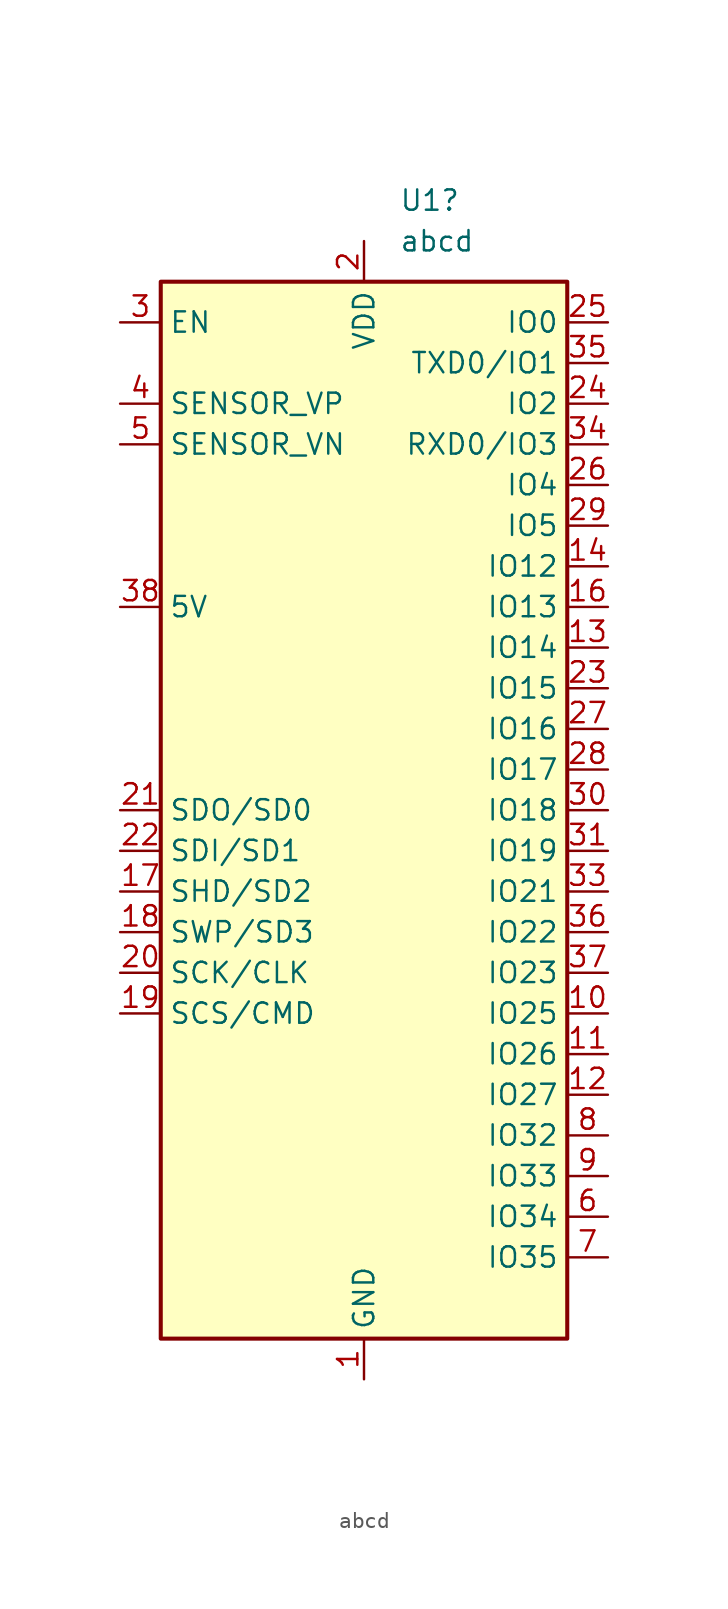
<source format=kicad_sym>
(kicad_symbol_lib
  (version 20231120)
  (generator "kicad_symbol_editor")
  (generator_version "8.0")
  (symbol "abcd"
    (property "Reference" "U1"
      (at 2.194 38.1 0)
      (effects (font (size 1.27 1.27)) (justify left)))
    (property "Value" "abcd"
      (at 2.194 35.56 0)
      (effects (font (size 1.27 1.27)) (justify left)))
    (symbol "abcd_0_1"
      (rectangle (start -12.7 33.02) (end 12.7 -33.02) (stroke (width 0.254) (type default)) (fill (type background))))
    (symbol "abcd_1_1"
      (pin power_in line (at 0 -35.56 90) (length 2.54) (name "GND" (effects (font (size 1.27 1.27)))) (number "1" (effects (font (size 1.27 1.27)))))
      (pin bidirectional line (at 15.24 -12.7 180) (length 2.54) (name "IO25" (effects (font (size 1.27 1.27)))) (number "10" (effects (font (size 1.27 1.27)))))
      (pin bidirectional line (at 15.24 -15.24 180) (length 2.54) (name "IO26" (effects (font (size 1.27 1.27)))) (number "11" (effects (font (size 1.27 1.27)))))
      (pin bidirectional line (at 15.24 -17.78 180) (length 2.54) (name "IO27" (effects (font (size 1.27 1.27)))) (number "12" (effects (font (size 1.27 1.27)))))
      (pin bidirectional line (at 15.24 10.16 180) (length 2.54) (name "IO14" (effects (font (size 1.27 1.27)))) (number "13" (effects (font (size 1.27 1.27)))))
      (pin bidirectional line (at 15.24 15.24 180) (length 2.54) (name "IO12" (effects (font (size 1.27 1.27)))) (number "14" (effects (font (size 1.27 1.27)))))
      (pin passive line (at 0 -35.56 90) (length 2.54) hide (name "GND" (effects (font (size 1.27 1.27)))) (number "15" (effects (font (size 1.27 1.27)))))
      (pin bidirectional line (at 15.24 12.7 180) (length 2.54) (name "IO13" (effects (font (size 1.27 1.27)))) (number "16" (effects (font (size 1.27 1.27)))))
      (pin bidirectional line (at -15.24 -5.08 0) (length 2.54) (name "SHD/SD2" (effects (font (size 1.27 1.27)))) (number "17" (effects (font (size 1.27 1.27)))))
      (pin bidirectional line (at -15.24 -7.62 0) (length 2.54) (name "SWP/SD3" (effects (font (size 1.27 1.27)))) (number "18" (effects (font (size 1.27 1.27)))))
      (pin bidirectional line (at -15.24 -12.7 0) (length 2.54) (name "SCS/CMD" (effects (font (size 1.27 1.27)))) (number "19" (effects (font (size 1.27 1.27)))))
      (pin power_in line (at 0 35.56 270) (length 2.54) (name "VDD" (effects (font (size 1.27 1.27)))) (number "2" (effects (font (size 1.27 1.27)))))
      (pin bidirectional line (at -15.24 -10.16 0) (length 2.54) (name "SCK/CLK" (effects (font (size 1.27 1.27)))) (number "20" (effects (font (size 1.27 1.27)))))
      (pin bidirectional line (at -15.24 0 0) (length 2.54) (name "SDO/SD0" (effects (font (size 1.27 1.27)))) (number "21" (effects (font (size 1.27 1.27)))))
      (pin bidirectional line (at -15.24 -2.54 0) (length 2.54) (name "SDI/SD1" (effects (font (size 1.27 1.27)))) (number "22" (effects (font (size 1.27 1.27)))))
      (pin bidirectional line (at 15.24 7.62 180) (length 2.54) (name "IO15" (effects (font (size 1.27 1.27)))) (number "23" (effects (font (size 1.27 1.27)))))
      (pin bidirectional line (at 15.24 25.4 180) (length 2.54) (name "IO2" (effects (font (size 1.27 1.27)))) (number "24" (effects (font (size 1.27 1.27)))))
      (pin bidirectional line (at 15.24 30.48 180) (length 2.54) (name "IO0" (effects (font (size 1.27 1.27)))) (number "25" (effects (font (size 1.27 1.27)))))
      (pin bidirectional line (at 15.24 20.32 180) (length 2.54) (name "IO4" (effects (font (size 1.27 1.27)))) (number "26" (effects (font (size 1.27 1.27)))))
      (pin bidirectional line (at 15.24 5.08 180) (length 2.54) (name "IO16" (effects (font (size 1.27 1.27)))) (number "27" (effects (font (size 1.27 1.27)))))
      (pin bidirectional line (at 15.24 2.54 180) (length 2.54) (name "IO17" (effects (font (size 1.27 1.27)))) (number "28" (effects (font (size 1.27 1.27)))))
      (pin bidirectional line (at 15.24 17.78 180) (length 2.54) (name "IO5" (effects (font (size 1.27 1.27)))) (number "29" (effects (font (size 1.27 1.27)))))
      (pin input line (at -15.24 30.48 0) (length 2.54) (name "EN" (effects (font (size 1.27 1.27)))) (number "3" (effects (font (size 1.27 1.27)))))
      (pin bidirectional line (at 15.24 0 180) (length 2.54) (name "IO18" (effects (font (size 1.27 1.27)))) (number "30" (effects (font (size 1.27 1.27)))))
      (pin bidirectional line (at 15.24 -2.54 180) (length 2.54) (name "IO19" (effects (font (size 1.27 1.27)))) (number "31" (effects (font (size 1.27 1.27)))))
      (pin no_connect line (at -12.7 -27.94 0) (length 2.54) hide (name "NC" (effects (font (size 1.27 1.27)))) (number "32" (effects (font (size 1.27 1.27)))))
      (pin bidirectional line (at 15.24 -5.08 180) (length 2.54) (name "IO21" (effects (font (size 1.27 1.27)))) (number "33" (effects (font (size 1.27 1.27)))))
      (pin bidirectional line (at 15.24 22.86 180) (length 2.54) (name "RXD0/IO3" (effects (font (size 1.27 1.27)))) (number "34" (effects (font (size 1.27 1.27)))))
      (pin bidirectional line (at 15.24 27.94 180) (length 2.54) (name "TXD0/IO1" (effects (font (size 1.27 1.27)))) (number "35" (effects (font (size 1.27 1.27)))))
      (pin bidirectional line (at 15.24 -7.62 180) (length 2.54) (name "IO22" (effects (font (size 1.27 1.27)))) (number "36" (effects (font (size 1.27 1.27)))))
      (pin bidirectional line (at 15.24 -10.16 180) (length 2.54) (name "IO23" (effects (font (size 1.27 1.27)))) (number "37" (effects (font (size 1.27 1.27)))))
      (pin power_in line (at -15.24 12.7 0) (length 2.54) (name "5V" (effects (font (size 1.27 1.27)))) (number "38" (effects (font (size 1.27 1.27)))))
      (pin passive line (at 0 -35.56 90) (length 2.54) hide (name "GND" (effects (font (size 1.27 1.27)))) (number "38" (effects (font (size 1.27 1.27)))))
      (pin passive line (at 0 -35.56 90) (length 2.54) hide (name "GND" (effects (font (size 1.27 1.27)))) (number "39" (effects (font (size 1.27 1.27)))))
      (pin input line (at -15.24 25.4 0) (length 2.54) (name "SENSOR_VP" (effects (font (size 1.27 1.27)))) (number "4" (effects (font (size 1.27 1.27)))))
      (pin input line (at -15.24 22.86 0) (length 2.54) (name "SENSOR_VN" (effects (font (size 1.27 1.27)))) (number "5" (effects (font (size 1.27 1.27)))))
      (pin input line (at 15.24 -25.4 180) (length 2.54) (name "IO34" (effects (font (size 1.27 1.27)))) (number "6" (effects (font (size 1.27 1.27)))))
      (pin input line (at 15.24 -27.94 180) (length 2.54) (name "IO35" (effects (font (size 1.27 1.27)))) (number "7" (effects (font (size 1.27 1.27)))))
      (pin bidirectional line (at 15.24 -20.32 180) (length 2.54) (name "IO32" (effects (font (size 1.27 1.27)))) (number "8" (effects (font (size 1.27 1.27)))))
      (pin bidirectional line (at 15.24 -22.86 180) (length 2.54) (name "IO33" (effects (font (size 1.27 1.27)))) (number "9" (effects (font (size 1.27 1.27))))))))
</source>
